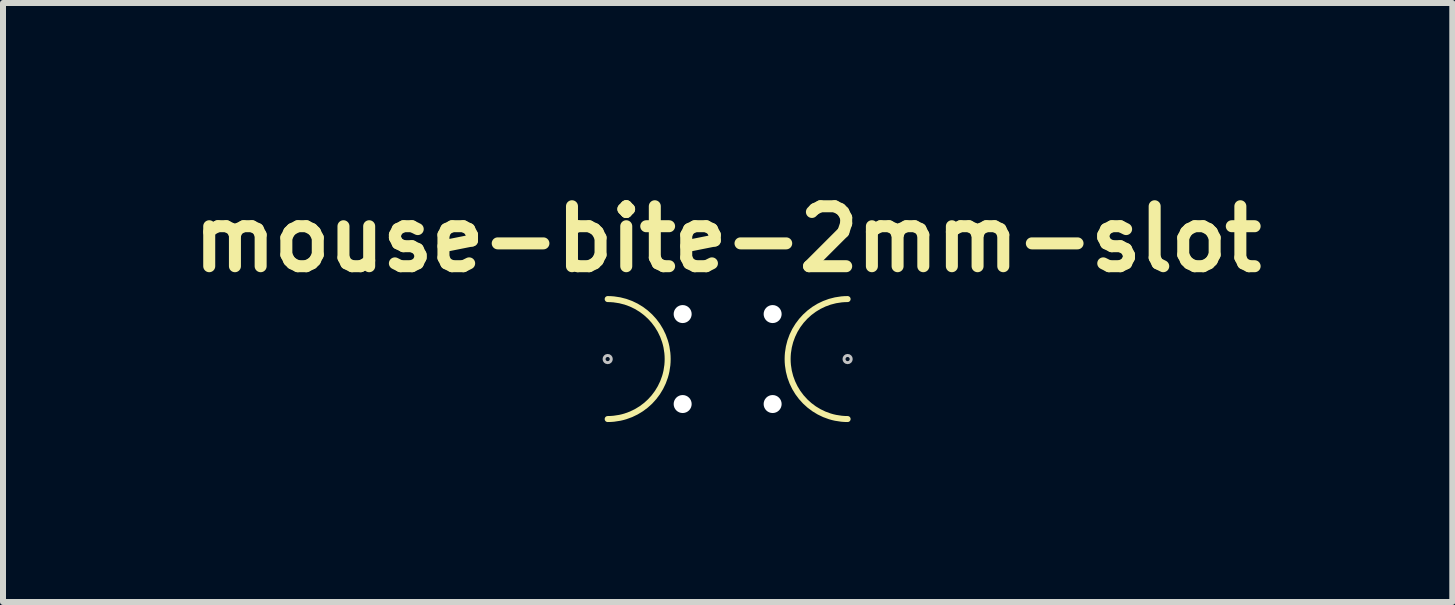
<source format=kicad_pcb>
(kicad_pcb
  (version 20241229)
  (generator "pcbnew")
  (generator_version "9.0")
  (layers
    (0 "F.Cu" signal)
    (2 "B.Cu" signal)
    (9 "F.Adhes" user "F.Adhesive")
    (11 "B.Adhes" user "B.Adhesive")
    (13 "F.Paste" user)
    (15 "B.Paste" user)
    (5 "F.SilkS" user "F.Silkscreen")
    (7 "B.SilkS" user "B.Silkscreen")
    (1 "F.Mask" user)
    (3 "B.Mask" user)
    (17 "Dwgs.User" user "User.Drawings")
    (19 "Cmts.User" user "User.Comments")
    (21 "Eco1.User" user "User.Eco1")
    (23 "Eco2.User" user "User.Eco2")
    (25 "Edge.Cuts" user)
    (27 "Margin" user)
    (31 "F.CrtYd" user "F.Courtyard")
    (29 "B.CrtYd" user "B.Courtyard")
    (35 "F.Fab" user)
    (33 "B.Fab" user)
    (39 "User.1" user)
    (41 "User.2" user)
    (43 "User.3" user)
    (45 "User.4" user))
  (footprint "mouse-bite-2mm-slot"
    (layer "F.Cu")
    (at 9.081 2.936)
    (property "Reference" "mouse-bite-2mm-slot" (at 0 -2 0) (layer "F.SilkS") (effects (font (size 1 1) (thickness 0.2))))
    (attr through_hole)
    (fp_arc (start -2 -1) (mid -1 0) (end -2 1) (stroke (width 0.1) (type solid)) (layer "F.SilkS"))
    (fp_arc (start 2 1) (mid 1 0) (end 2 -1) (stroke (width 0.1) (type solid)) (layer "F.SilkS"))
    (fp_circle (center -2 0) (end -2 -0.06) (stroke (width 0.05) (type solid)) (fill no) (layer "Dwgs.User"))
    (fp_circle (center 2 0) (end 2.06 0) (stroke (width 0.05) (type solid)) (fill no) (layer "Dwgs.User"))
    (fp_line (start -2 0) (end -2 0) (stroke (width 2) (type solid)) (layer "Eco1.User"))
    (fp_line (start 2 0) (end 2 0) (stroke (width 2) (type solid)) (layer "Eco1.User"))
    (pad "" np_thru_hole circle (at -0.75 -0.75) (size 0.3 0.3) (drill 0.3) (layers "*.Cu" "*.Mask"))
    (pad "" np_thru_hole circle (at -0.75 0.75) (size 0.3 0.3) (drill 0.3) (layers "*.Cu" "*.Mask"))
    (pad "" np_thru_hole circle (at 0.75 -0.75) (size 0.3 0.3) (drill 0.3) (layers "*.Cu" "*.Mask"))
    (pad "" np_thru_hole circle (at 0.75 0.75) (size 0.3 0.3) (drill 0.3) (layers "*.Cu" "*.Mask")))
  (gr_rect
    (start -3 -3)
    (end 21.162 6.986)
    (stroke (width 0.1) (type default))
    (fill no)
    (layer "Edge.Cuts")))
</source>
